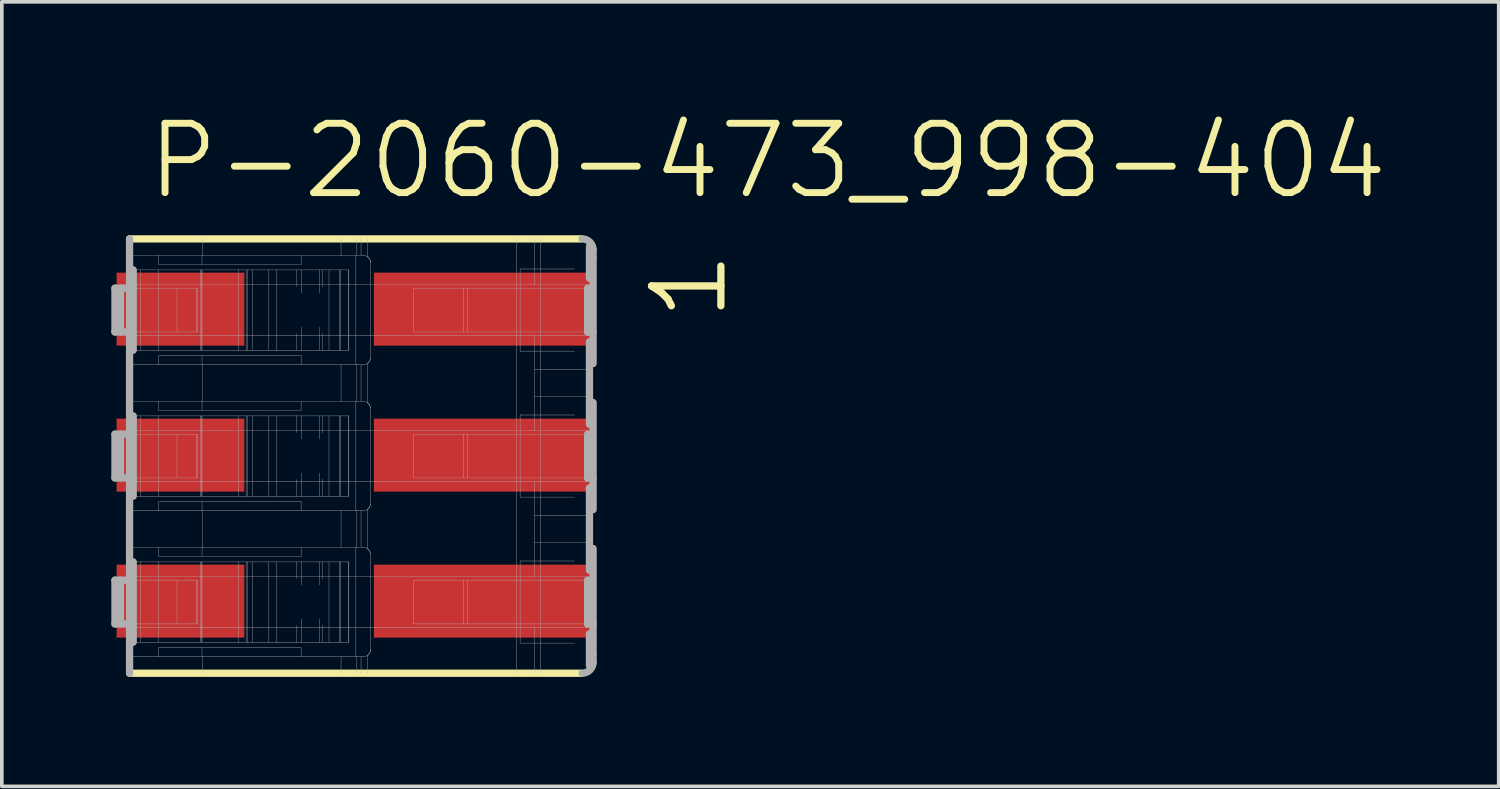
<source format=kicad_pcb>
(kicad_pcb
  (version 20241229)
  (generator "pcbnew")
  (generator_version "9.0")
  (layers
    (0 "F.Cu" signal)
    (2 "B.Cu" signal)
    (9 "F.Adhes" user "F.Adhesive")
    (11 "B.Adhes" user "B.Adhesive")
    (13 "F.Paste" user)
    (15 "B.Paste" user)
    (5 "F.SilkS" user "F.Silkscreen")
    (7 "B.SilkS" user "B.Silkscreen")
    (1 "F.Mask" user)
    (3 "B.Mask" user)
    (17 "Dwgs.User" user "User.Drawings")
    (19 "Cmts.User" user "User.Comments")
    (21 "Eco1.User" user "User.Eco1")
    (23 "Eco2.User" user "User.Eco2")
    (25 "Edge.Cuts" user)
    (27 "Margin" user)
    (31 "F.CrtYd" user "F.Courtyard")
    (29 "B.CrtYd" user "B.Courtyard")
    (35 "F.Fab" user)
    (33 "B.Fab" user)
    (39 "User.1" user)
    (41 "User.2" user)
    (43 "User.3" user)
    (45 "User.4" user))
  (footprint "P-2060-473_998-404"
    (layer "F.Cu")
    (at 6.069 9.42)
    (property "Reference" "P-2060-473_998-404" (at -5.175 -6.95 0) (layer "F.SilkS") (effects (font (size 1.9 1.9) (thickness 0.19)) (justify left bottom)))
    (attr through_hole)
    (fp_line (start -5.569 5.975) (end 6.806 5.975) (stroke (width 0.2) (type solid)) (layer "F.SilkS"))
    (fp_line (start 6.806 -5.925) (end -5.569 -5.925) (stroke (width 0.2) (type solid)) (layer "F.SilkS"))
    (fp_line (start -5.969 -3.375) (end -5.969 -4.575) (stroke (width 0.2) (type solid)) (layer "F.Fab"))
    (fp_line (start -5.969 0.625) (end -5.969 -0.575) (stroke (width 0.2) (type solid)) (layer "F.Fab"))
    (fp_line (start -5.969 4.625) (end -5.969 3.425) (stroke (width 0.2) (type solid)) (layer "F.Fab"))
    (fp_line (start -5.819 -3.375) (end -5.819 -4.575) (stroke (width 0.2) (type solid)) (layer "F.Fab"))
    (fp_line (start -5.819 0.625) (end -5.819 -0.575) (stroke (width 0.2) (type solid)) (layer "F.Fab"))
    (fp_line (start -5.819 4.625) (end -5.819 3.425) (stroke (width 0.2) (type solid)) (layer "F.Fab"))
    (fp_line (start -5.569 -5.925) (end -5.569 -4.575) (stroke (width 0.2) (type solid)) (layer "F.Fab"))
    (fp_line (start -5.569 -5.475) (end -4.769 -5.475) (stroke (width 0.01) (type solid)) (layer "F.Fab"))
    (fp_line (start -5.569 -4.675) (end 7.131 -4.675) (stroke (width 0.01) (type solid)) (layer "F.Fab"))
    (fp_line (start -5.569 -4.575) (end -5.969 -4.575) (stroke (width 0.2) (type solid)) (layer "F.Fab"))
    (fp_line (start -5.569 -4.575) (end -5.569 -3.375) (stroke (width 0.2) (type solid)) (layer "F.Fab"))
    (fp_line (start -5.569 -4.575) (end -3.708 -4.575) (stroke (width 0.01) (type solid)) (layer "F.Fab"))
    (fp_line (start -5.569 -3.375) (end -5.969 -3.375) (stroke (width 0.2) (type solid)) (layer "F.Fab"))
    (fp_line (start -5.569 -3.375) (end -5.569 -0.575) (stroke (width 0.2) (type solid)) (layer "F.Fab"))
    (fp_line (start -5.569 -3.375) (end -3.708 -3.375) (stroke (width 0.01) (type solid)) (layer "F.Fab"))
    (fp_line (start -5.569 -1.475) (end -4.769 -1.475) (stroke (width 0.01) (type solid)) (layer "F.Fab"))
    (fp_line (start -5.569 -0.675) (end 7.131 -0.675) (stroke (width 0.01) (type solid)) (layer "F.Fab"))
    (fp_line (start -5.569 -0.575) (end -5.969 -0.575) (stroke (width 0.2) (type solid)) (layer "F.Fab"))
    (fp_line (start -5.569 -0.575) (end -5.569 0.625) (stroke (width 0.2) (type solid)) (layer "F.Fab"))
    (fp_line (start -5.569 -0.575) (end -3.708 -0.575) (stroke (width 0.01) (type solid)) (layer "F.Fab"))
    (fp_line (start -5.569 0.625) (end -5.969 0.625) (stroke (width 0.2) (type solid)) (layer "F.Fab"))
    (fp_line (start -5.569 0.625) (end -5.569 3.425) (stroke (width 0.2) (type solid)) (layer "F.Fab"))
    (fp_line (start -5.569 0.625) (end -3.708 0.625) (stroke (width 0.01) (type solid)) (layer "F.Fab"))
    (fp_line (start -5.569 2.525) (end -4.769 2.525) (stroke (width 0.01) (type solid)) (layer "F.Fab"))
    (fp_line (start -5.569 3.325) (end 7.131 3.325) (stroke (width 0.01) (type solid)) (layer "F.Fab"))
    (fp_line (start -5.569 3.425) (end -5.969 3.425) (stroke (width 0.2) (type solid)) (layer "F.Fab"))
    (fp_line (start -5.569 3.425) (end -5.569 4.625) (stroke (width 0.2) (type solid)) (layer "F.Fab"))
    (fp_line (start -5.569 3.425) (end -3.708 3.425) (stroke (width 0.01) (type solid)) (layer "F.Fab"))
    (fp_line (start -5.569 4.625) (end -5.969 4.625) (stroke (width 0.2) (type solid)) (layer "F.Fab"))
    (fp_line (start -5.569 4.625) (end -5.569 5.975) (stroke (width 0.2) (type solid)) (layer "F.Fab"))
    (fp_line (start -5.569 4.625) (end -3.708 4.625) (stroke (width 0.01) (type solid)) (layer "F.Fab"))
    (fp_line (start -5.469 -5.075) (end -5.469 -2.875) (stroke (width 0.2) (type solid)) (layer "F.Fab"))
    (fp_line (start -5.469 -1.075) (end -5.469 1.125) (stroke (width 0.2) (type solid)) (layer "F.Fab"))
    (fp_line (start -5.469 2.925) (end -5.469 5.125) (stroke (width 0.2) (type solid)) (layer "F.Fab"))
    (fp_line (start -5.269 -2.875) (end -5.269 -5.075) (stroke (width 0.01) (type solid)) (layer "F.Fab"))
    (fp_line (start -5.269 1.125) (end -5.269 -1.075) (stroke (width 0.01) (type solid)) (layer "F.Fab"))
    (fp_line (start -5.269 5.125) (end -5.269 2.925) (stroke (width 0.01) (type solid)) (layer "F.Fab"))
    (fp_line (start -4.769 -5.475) (end -4.769 -5.225) (stroke (width 0.01) (type solid)) (layer "F.Fab"))
    (fp_line (start -4.769 -5.475) (end -3.584 -5.475) (stroke (width 0.01) (type solid)) (layer "F.Fab"))
    (fp_line (start -4.769 -5.225) (end -0.869 -5.225) (stroke (width 0.01) (type solid)) (layer "F.Fab"))
    (fp_line (start -4.769 -5.075) (end -4.769 -2.875) (stroke (width 0.01) (type solid)) (layer "F.Fab"))
    (fp_line (start -4.769 -2.475) (end -5.569 -2.475) (stroke (width 0.01) (type solid)) (layer "F.Fab"))
    (fp_line (start -4.769 -2.475) (end -4.769 -2.725) (stroke (width 0.01) (type solid)) (layer "F.Fab"))
    (fp_line (start -4.769 -1.475) (end -4.769 -1.225) (stroke (width 0.01) (type solid)) (layer "F.Fab"))
    (fp_line (start -4.769 -1.475) (end -3.584 -1.475) (stroke (width 0.01) (type solid)) (layer "F.Fab"))
    (fp_line (start -4.769 -1.225) (end -0.869 -1.225) (stroke (width 0.01) (type solid)) (layer "F.Fab"))
    (fp_line (start -4.769 -1.075) (end -4.769 1.125) (stroke (width 0.01) (type solid)) (layer "F.Fab"))
    (fp_line (start -4.769 1.525) (end -5.569 1.525) (stroke (width 0.01) (type solid)) (layer "F.Fab"))
    (fp_line (start -4.769 1.525) (end -4.769 1.275) (stroke (width 0.01) (type solid)) (layer "F.Fab"))
    (fp_line (start -4.769 2.525) (end -4.769 2.775) (stroke (width 0.01) (type solid)) (layer "F.Fab"))
    (fp_line (start -4.769 2.525) (end -3.584 2.525) (stroke (width 0.01) (type solid)) (layer "F.Fab"))
    (fp_line (start -4.769 2.775) (end -0.869 2.775) (stroke (width 0.01) (type solid)) (layer "F.Fab"))
    (fp_line (start -4.769 2.925) (end -4.769 5.125) (stroke (width 0.01) (type solid)) (layer "F.Fab"))
    (fp_line (start -4.769 5.525) (end -5.569 5.525) (stroke (width 0.01) (type solid)) (layer "F.Fab"))
    (fp_line (start -4.769 5.525) (end -4.769 5.275) (stroke (width 0.01) (type solid)) (layer "F.Fab"))
    (fp_line (start -4.269 -3.375) (end -4.269 -4.575) (stroke (width 0.01) (type solid)) (layer "F.Fab"))
    (fp_line (start -4.269 0.625) (end -4.269 -0.575) (stroke (width 0.01) (type solid)) (layer "F.Fab"))
    (fp_line (start -4.269 4.625) (end -4.269 3.425) (stroke (width 0.01) (type solid)) (layer "F.Fab"))
    (fp_line (start -3.741 -3.375) (end -3.741 -4.575) (stroke (width 0.01) (type solid)) (layer "F.Fab"))
    (fp_line (start -3.741 0.625) (end -3.741 -0.575) (stroke (width 0.01) (type solid)) (layer "F.Fab"))
    (fp_line (start -3.741 4.625) (end -3.741 3.425) (stroke (width 0.01) (type solid)) (layer "F.Fab"))
    (fp_line (start -3.708 -3.375) (end -3.708 -4.575) (stroke (width 0.01) (type solid)) (layer "F.Fab"))
    (fp_line (start -3.708 0.625) (end -3.708 -0.575) (stroke (width 0.01) (type solid)) (layer "F.Fab"))
    (fp_line (start -3.708 4.625) (end -3.708 3.425) (stroke (width 0.01) (type solid)) (layer "F.Fab"))
    (fp_line (start -3.628 -2.875) (end -3.628 -5.075) (stroke (width 0.01) (type solid)) (layer "F.Fab"))
    (fp_line (start -3.628 1.125) (end -3.628 -1.075) (stroke (width 0.01) (type solid)) (layer "F.Fab"))
    (fp_line (start -3.628 5.125) (end -3.628 2.925) (stroke (width 0.01) (type solid)) (layer "F.Fab"))
    (fp_line (start -3.593 -2.875) (end -3.593 -5.075) (stroke (width 0.01) (type solid)) (layer "F.Fab"))
    (fp_line (start -3.593 1.125) (end -3.593 -1.075) (stroke (width 0.01) (type solid)) (layer "F.Fab"))
    (fp_line (start -3.593 5.125) (end -3.593 2.925) (stroke (width 0.01) (type solid)) (layer "F.Fab"))
    (fp_line (start -3.584 -5.475) (end -3.584 -5.225) (stroke (width 0.01) (type solid)) (layer "F.Fab"))
    (fp_line (start -3.584 -5.475) (end -0.869 -5.475) (stroke (width 0.01) (type solid)) (layer "F.Fab"))
    (fp_line (start -3.584 -2.875) (end -3.584 -5.075) (stroke (width 0.01) (type solid)) (layer "F.Fab"))
    (fp_line (start -3.584 -2.475) (end -4.769 -2.475) (stroke (width 0.01) (type solid)) (layer "F.Fab"))
    (fp_line (start -3.584 -2.475) (end -3.584 -2.725) (stroke (width 0.01) (type solid)) (layer "F.Fab"))
    (fp_line (start -3.584 -1.475) (end -3.584 -1.225) (stroke (width 0.01) (type solid)) (layer "F.Fab"))
    (fp_line (start -3.584 -1.475) (end -0.869 -1.475) (stroke (width 0.01) (type solid)) (layer "F.Fab"))
    (fp_line (start -3.584 1.125) (end -3.584 -1.075) (stroke (width 0.01) (type solid)) (layer "F.Fab"))
    (fp_line (start -3.584 1.525) (end -4.769 1.525) (stroke (width 0.01) (type solid)) (layer "F.Fab"))
    (fp_line (start -3.584 1.525) (end -3.584 1.275) (stroke (width 0.01) (type solid)) (layer "F.Fab"))
    (fp_line (start -3.584 2.525) (end -3.584 2.775) (stroke (width 0.01) (type solid)) (layer "F.Fab"))
    (fp_line (start -3.584 2.525) (end -0.869 2.525) (stroke (width 0.01) (type solid)) (layer "F.Fab"))
    (fp_line (start -3.584 5.125) (end -3.584 2.925) (stroke (width 0.01) (type solid)) (layer "F.Fab"))
    (fp_line (start -3.584 5.525) (end -4.769 5.525) (stroke (width 0.01) (type solid)) (layer "F.Fab"))
    (fp_line (start -3.584 5.525) (end -3.584 5.275) (stroke (width 0.01) (type solid)) (layer "F.Fab"))
    (fp_line (start -3.569 -5.925) (end -3.569 -5.475) (stroke (width 0.01) (type solid)) (layer "F.Fab"))
    (fp_line (start -3.569 -2.475) (end -3.569 -1.475) (stroke (width 0.01) (type solid)) (layer "F.Fab"))
    (fp_line (start -3.569 1.525) (end -3.569 2.525) (stroke (width 0.01) (type solid)) (layer "F.Fab"))
    (fp_line (start -3.569 5.525) (end -3.569 5.975) (stroke (width 0.01) (type solid)) (layer "F.Fab"))
    (fp_line (start -2.586 -2.875) (end -2.586 -5.075) (stroke (width 0.01) (type solid)) (layer "F.Fab"))
    (fp_line (start -2.586 1.125) (end -2.586 -1.075) (stroke (width 0.01) (type solid)) (layer "F.Fab"))
    (fp_line (start -2.586 5.125) (end -2.586 2.925) (stroke (width 0.01) (type solid)) (layer "F.Fab"))
    (fp_line (start -2.376 -2.875) (end -2.376 -5.075) (stroke (width 0.01) (type solid)) (layer "F.Fab"))
    (fp_line (start -2.376 1.125) (end -2.376 -1.075) (stroke (width 0.01) (type solid)) (layer "F.Fab"))
    (fp_line (start -2.376 5.125) (end -2.376 2.925) (stroke (width 0.01) (type solid)) (layer "F.Fab"))
    (fp_line (start -2.347 -2.875) (end -2.347 -5.075) (stroke (width 0.01) (type solid)) (layer "F.Fab"))
    (fp_line (start -2.347 1.125) (end -2.347 -1.075) (stroke (width 0.01) (type solid)) (layer "F.Fab"))
    (fp_line (start -2.347 5.125) (end -2.347 2.925) (stroke (width 0.01) (type solid)) (layer "F.Fab"))
    (fp_line (start -2.204 -2.875) (end -2.204 -5.075) (stroke (width 0.01) (type solid)) (layer "F.Fab"))
    (fp_line (start -2.204 1.125) (end -2.204 -1.075) (stroke (width 0.01) (type solid)) (layer "F.Fab"))
    (fp_line (start -2.204 5.125) (end -2.204 2.925) (stroke (width 0.01) (type solid)) (layer "F.Fab"))
    (fp_line (start -1.753 -2.875) (end -1.753 -5.075) (stroke (width 0.01) (type solid)) (layer "F.Fab"))
    (fp_line (start -1.753 1.125) (end -1.753 -1.075) (stroke (width 0.01) (type solid)) (layer "F.Fab"))
    (fp_line (start -1.753 5.125) (end -1.753 2.925) (stroke (width 0.01) (type solid)) (layer "F.Fab"))
    (fp_line (start -1.534 -2.875) (end -5.469 -2.875) (stroke (width 0.01) (type solid)) (layer "F.Fab"))
    (fp_line (start -1.534 -2.875) (end -1.534 -5.075) (stroke (width 0.01) (type solid)) (layer "F.Fab"))
    (fp_line (start -1.534 1.125) (end -5.469 1.125) (stroke (width 0.01) (type solid)) (layer "F.Fab"))
    (fp_line (start -1.534 1.125) (end -1.534 -1.075) (stroke (width 0.01) (type solid)) (layer "F.Fab"))
    (fp_line (start -1.534 5.125) (end -5.469 5.125) (stroke (width 0.01) (type solid)) (layer "F.Fab"))
    (fp_line (start -1.534 5.125) (end -1.534 2.925) (stroke (width 0.01) (type solid)) (layer "F.Fab"))
    (fp_line (start -0.986 -5.075) (end -5.469 -5.075) (stroke (width 0.01) (type solid)) (layer "F.Fab"))
    (fp_line (start -0.986 -4.622) (end -0.986 -5.075) (stroke (width 0.01) (type solid)) (layer "F.Fab"))
    (fp_line (start -0.986 -2.875) (end -1.534 -2.875) (stroke (width 0.01) (type solid)) (layer "F.Fab"))
    (fp_line (start -0.986 -2.875) (end -0.986 -3.328) (stroke (width 0.01) (type solid)) (layer "F.Fab"))
    (fp_line (start -0.986 -1.075) (end -5.469 -1.075) (stroke (width 0.01) (type solid)) (layer "F.Fab"))
    (fp_line (start -0.986 -0.622) (end -0.986 -1.075) (stroke (width 0.01) (type solid)) (layer "F.Fab"))
    (fp_line (start -0.986 1.125) (end -1.534 1.125) (stroke (width 0.01) (type solid)) (layer "F.Fab"))
    (fp_line (start -0.986 1.125) (end -0.986 0.672) (stroke (width 0.01) (type solid)) (layer "F.Fab"))
    (fp_line (start -0.986 2.925) (end -5.469 2.925) (stroke (width 0.01) (type solid)) (layer "F.Fab"))
    (fp_line (start -0.986 3.378) (end -0.986 2.925) (stroke (width 0.01) (type solid)) (layer "F.Fab"))
    (fp_line (start -0.986 5.125) (end -1.534 5.125) (stroke (width 0.01) (type solid)) (layer "F.Fab"))
    (fp_line (start -0.986 5.125) (end -0.986 4.672) (stroke (width 0.01) (type solid)) (layer "F.Fab"))
    (fp_line (start -0.869 -5.475) (end -0.869 -5.225) (stroke (width 0.01) (type solid)) (layer "F.Fab"))
    (fp_line (start -0.869 -5.475) (end 0.831 -5.475) (stroke (width 0.01) (type solid)) (layer "F.Fab"))
    (fp_line (start -0.869 -2.725) (end -4.769 -2.725) (stroke (width 0.01) (type solid)) (layer "F.Fab"))
    (fp_line (start -0.869 -2.475) (end -3.584 -2.475) (stroke (width 0.01) (type solid)) (layer "F.Fab"))
    (fp_line (start -0.869 -2.475) (end -0.869 -2.725) (stroke (width 0.01) (type solid)) (layer "F.Fab"))
    (fp_line (start -0.869 -1.475) (end -0.869 -1.225) (stroke (width 0.01) (type solid)) (layer "F.Fab"))
    (fp_line (start -0.869 -1.475) (end 0.831 -1.475) (stroke (width 0.01) (type solid)) (layer "F.Fab"))
    (fp_line (start -0.869 1.275) (end -4.769 1.275) (stroke (width 0.01) (type solid)) (layer "F.Fab"))
    (fp_line (start -0.869 1.525) (end -3.584 1.525) (stroke (width 0.01) (type solid)) (layer "F.Fab"))
    (fp_line (start -0.869 1.525) (end -0.869 1.275) (stroke (width 0.01) (type solid)) (layer "F.Fab"))
    (fp_line (start -0.869 2.525) (end -0.869 2.775) (stroke (width 0.01) (type solid)) (layer "F.Fab"))
    (fp_line (start -0.869 2.525) (end 0.831 2.525) (stroke (width 0.01) (type solid)) (layer "F.Fab"))
    (fp_line (start -0.869 5.275) (end -4.769 5.275) (stroke (width 0.01) (type solid)) (layer "F.Fab"))
    (fp_line (start -0.869 5.525) (end -3.584 5.525) (stroke (width 0.01) (type solid)) (layer "F.Fab"))
    (fp_line (start -0.869 5.525) (end -0.869 5.275) (stroke (width 0.01) (type solid)) (layer "F.Fab"))
    (fp_line (start -0.867 -4.445) (end -0.867 -5.075) (stroke (width 0.01) (type solid)) (layer "F.Fab"))
    (fp_line (start -0.867 -2.875) (end -0.867 -3.505) (stroke (width 0.01) (type solid)) (layer "F.Fab"))
    (fp_line (start -0.867 -0.445) (end -0.867 -1.075) (stroke (width 0.01) (type solid)) (layer "F.Fab"))
    (fp_line (start -0.867 1.125) (end -0.867 0.495) (stroke (width 0.01) (type solid)) (layer "F.Fab"))
    (fp_line (start -0.867 3.555) (end -0.867 2.925) (stroke (width 0.01) (type solid)) (layer "F.Fab"))
    (fp_line (start -0.867 5.125) (end -0.867 4.495) (stroke (width 0.01) (type solid)) (layer "F.Fab"))
    (fp_line (start -0.368 -4.444) (end -0.368 -5.075) (stroke (width 0.01) (type solid)) (layer "F.Fab"))
    (fp_line (start -0.368 -2.875) (end -0.368 -3.506) (stroke (width 0.01) (type solid)) (layer "F.Fab"))
    (fp_line (start -0.368 -0.444) (end -0.368 -1.075) (stroke (width 0.01) (type solid)) (layer "F.Fab"))
    (fp_line (start -0.368 1.125) (end -0.368 0.494) (stroke (width 0.01) (type solid)) (layer "F.Fab"))
    (fp_line (start -0.368 3.556) (end -0.368 2.925) (stroke (width 0.01) (type solid)) (layer "F.Fab"))
    (fp_line (start -0.368 5.125) (end -0.368 4.494) (stroke (width 0.01) (type solid)) (layer "F.Fab"))
    (fp_line (start -0.29 -4.609) (end -0.29 -5.075) (stroke (width 0.01) (type solid)) (layer "F.Fab"))
    (fp_line (start -0.29 -2.875) (end -0.29 -3.341) (stroke (width 0.01) (type solid)) (layer "F.Fab"))
    (fp_line (start -0.29 -0.609) (end -0.29 -1.075) (stroke (width 0.01) (type solid)) (layer "F.Fab"))
    (fp_line (start -0.29 1.125) (end -0.29 0.659) (stroke (width 0.01) (type solid)) (layer "F.Fab"))
    (fp_line (start -0.29 3.391) (end -0.29 2.925) (stroke (width 0.01) (type solid)) (layer "F.Fab"))
    (fp_line (start -0.29 5.125) (end -0.29 4.659) (stroke (width 0.01) (type solid)) (layer "F.Fab"))
    (fp_line (start -0.105 -2.875) (end -0.105 -5.075) (stroke (width 0.01) (type solid)) (layer "F.Fab"))
    (fp_line (start -0.105 1.125) (end -0.105 -1.075) (stroke (width 0.01) (type solid)) (layer "F.Fab"))
    (fp_line (start -0.105 5.125) (end -0.105 2.925) (stroke (width 0.01) (type solid)) (layer "F.Fab"))
    (fp_line (start 0.19 -2.875) (end 0.19 -5.075) (stroke (width 0.01) (type solid)) (layer "F.Fab"))
    (fp_line (start 0.19 1.125) (end 0.19 -1.075) (stroke (width 0.01) (type solid)) (layer "F.Fab"))
    (fp_line (start 0.19 5.125) (end 0.19 2.925) (stroke (width 0.01) (type solid)) (layer "F.Fab"))
    (fp_line (start 0.218 -2.875) (end 0.218 -5.075) (stroke (width 0.01) (type solid)) (layer "F.Fab"))
    (fp_line (start 0.218 1.125) (end 0.218 -1.075) (stroke (width 0.01) (type solid)) (layer "F.Fab"))
    (fp_line (start 0.218 5.125) (end 0.218 2.925) (stroke (width 0.01) (type solid)) (layer "F.Fab"))
    (fp_line (start 0.225 -5.925) (end 0.225 -5.475) (stroke (width 0.01) (type solid)) (layer "F.Fab"))
    (fp_line (start 0.225 -2.475) (end 0.225 -1.475) (stroke (width 0.01) (type solid)) (layer "F.Fab"))
    (fp_line (start 0.225 1.525) (end 0.225 2.525) (stroke (width 0.01) (type solid)) (layer "F.Fab"))
    (fp_line (start 0.225 5.525) (end 0.225 5.975) (stroke (width 0.01) (type solid)) (layer "F.Fab"))
    (fp_line (start 0.429 -2.875) (end -0.986 -2.875) (stroke (width 0.01) (type solid)) (layer "F.Fab"))
    (fp_line (start 0.429 -2.875) (end 0.429 -5.075) (stroke (width 0.01) (type solid)) (layer "F.Fab"))
    (fp_line (start 0.429 1.125) (end -0.986 1.125) (stroke (width 0.01) (type solid)) (layer "F.Fab"))
    (fp_line (start 0.429 1.125) (end 0.429 -1.075) (stroke (width 0.01) (type solid)) (layer "F.Fab"))
    (fp_line (start 0.429 5.125) (end -0.986 5.125) (stroke (width 0.01) (type solid)) (layer "F.Fab"))
    (fp_line (start 0.429 5.125) (end 0.429 2.925) (stroke (width 0.01) (type solid)) (layer "F.Fab"))
    (fp_line (start 0.439 -5.075) (end -0.986 -5.075) (stroke (width 0.01) (type solid)) (layer "F.Fab"))
    (fp_line (start 0.439 -2.875) (end 0.429 -2.875) (stroke (width 0.01) (type solid)) (layer "F.Fab"))
    (fp_line (start 0.439 -2.875) (end 0.439 -5.075) (stroke (width 0.01) (type solid)) (layer "F.Fab"))
    (fp_line (start 0.439 -1.075) (end -0.986 -1.075) (stroke (width 0.01) (type solid)) (layer "F.Fab"))
    (fp_line (start 0.439 1.125) (end 0.429 1.125) (stroke (width 0.01) (type solid)) (layer "F.Fab"))
    (fp_line (start 0.439 1.125) (end 0.439 -1.075) (stroke (width 0.01) (type solid)) (layer "F.Fab"))
    (fp_line (start 0.439 2.925) (end -0.986 2.925) (stroke (width 0.01) (type solid)) (layer "F.Fab"))
    (fp_line (start 0.439 5.125) (end 0.429 5.125) (stroke (width 0.01) (type solid)) (layer "F.Fab"))
    (fp_line (start 0.439 5.125) (end 0.439 2.925) (stroke (width 0.01) (type solid)) (layer "F.Fab"))
    (fp_line (start 0.631 -5.475) (end 0.631 -2.475) (stroke (width 0.01) (type solid)) (layer "F.Fab"))
    (fp_line (start 0.631 -1.475) (end 0.631 1.525) (stroke (width 0.01) (type solid)) (layer "F.Fab"))
    (fp_line (start 0.631 2.525) (end 0.631 5.525) (stroke (width 0.01) (type solid)) (layer "F.Fab"))
    (fp_line (start 0.658 -5.925) (end 0.658 -5.475) (stroke (width 0.01) (type solid)) (layer "F.Fab"))
    (fp_line (start 0.658 -2.475) (end 0.658 -1.475) (stroke (width 0.01) (type solid)) (layer "F.Fab"))
    (fp_line (start 0.658 1.525) (end 0.658 2.525) (stroke (width 0.01) (type solid)) (layer "F.Fab"))
    (fp_line (start 0.658 5.525) (end 0.658 5.975) (stroke (width 0.01) (type solid)) (layer "F.Fab"))
    (fp_line (start 0.773 -5.925) (end 0.773 -5.475) (stroke (width 0.01) (type solid)) (layer "F.Fab"))
    (fp_line (start 0.773 -2.475) (end 0.773 -1.475) (stroke (width 0.01) (type solid)) (layer "F.Fab"))
    (fp_line (start 0.773 1.525) (end 0.773 2.525) (stroke (width 0.01) (type solid)) (layer "F.Fab"))
    (fp_line (start 0.773 5.525) (end 0.773 5.975) (stroke (width 0.01) (type solid)) (layer "F.Fab"))
    (fp_line (start 0.831 -2.475) (end -0.869 -2.475) (stroke (width 0.01) (type solid)) (layer "F.Fab"))
    (fp_line (start 0.831 1.525) (end -0.869 1.525) (stroke (width 0.01) (type solid)) (layer "F.Fab"))
    (fp_line (start 0.831 5.525) (end -0.869 5.525) (stroke (width 0.01) (type solid)) (layer "F.Fab"))
    (fp_line (start 0.947 -5.925) (end 0.947 -5.438) (stroke (width 0.01) (type solid)) (layer "F.Fab"))
    (fp_line (start 0.947 -2.512) (end 0.947 -1.438) (stroke (width 0.01) (type solid)) (layer "F.Fab"))
    (fp_line (start 0.947 1.488) (end 0.947 2.562) (stroke (width 0.01) (type solid)) (layer "F.Fab"))
    (fp_line (start 0.947 5.488) (end 0.947 5.975) (stroke (width 0.01) (type solid)) (layer "F.Fab"))
    (fp_line (start 1.031 -5.275) (end 1.031 -2.675) (stroke (width 0.01) (type solid)) (layer "F.Fab"))
    (fp_line (start 1.031 -1.275) (end 1.031 1.325) (stroke (width 0.01) (type solid)) (layer "F.Fab"))
    (fp_line (start 1.031 2.725) (end 1.031 5.325) (stroke (width 0.01) (type solid)) (layer "F.Fab"))
    (fp_line (start 2.214 -4.575) (end 2.214 -3.375) (stroke (width 0.01) (type solid)) (layer "F.Fab"))
    (fp_line (start 2.214 -3.375) (end 3.58 -3.375) (stroke (width 0.01) (type solid)) (layer "F.Fab"))
    (fp_line (start 2.214 -0.575) (end 2.214 0.625) (stroke (width 0.01) (type solid)) (layer "F.Fab"))
    (fp_line (start 2.214 0.625) (end 3.58 0.625) (stroke (width 0.01) (type solid)) (layer "F.Fab"))
    (fp_line (start 2.214 3.425) (end 2.214 4.625) (stroke (width 0.01) (type solid)) (layer "F.Fab"))
    (fp_line (start 2.214 4.625) (end 3.58 4.625) (stroke (width 0.01) (type solid)) (layer "F.Fab"))
    (fp_line (start 3.58 -3.375) (end 3.58 -4.575) (stroke (width 0.01) (type solid)) (layer "F.Fab"))
    (fp_line (start 3.58 -3.375) (end 3.685 -3.375) (stroke (width 0.01) (type solid)) (layer "F.Fab"))
    (fp_line (start 3.58 0.625) (end 3.58 -0.575) (stroke (width 0.01) (type solid)) (layer "F.Fab"))
    (fp_line (start 3.58 0.625) (end 3.685 0.625) (stroke (width 0.01) (type solid)) (layer "F.Fab"))
    (fp_line (start 3.58 4.625) (end 3.58 3.425) (stroke (width 0.01) (type solid)) (layer "F.Fab"))
    (fp_line (start 3.58 4.625) (end 3.685 4.625) (stroke (width 0.01) (type solid)) (layer "F.Fab"))
    (fp_line (start 3.685 -3.375) (end 3.685 -4.575) (stroke (width 0.01) (type solid)) (layer "F.Fab"))
    (fp_line (start 3.685 -3.375) (end 6.981 -3.375) (stroke (width 0.01) (type solid)) (layer "F.Fab"))
    (fp_line (start 3.685 0.625) (end 3.685 -0.575) (stroke (width 0.01) (type solid)) (layer "F.Fab"))
    (fp_line (start 3.685 0.625) (end 6.981 0.625) (stroke (width 0.01) (type solid)) (layer "F.Fab"))
    (fp_line (start 3.685 4.625) (end 3.685 3.425) (stroke (width 0.01) (type solid)) (layer "F.Fab"))
    (fp_line (start 3.685 4.625) (end 6.981 4.625) (stroke (width 0.01) (type solid)) (layer "F.Fab"))
    (fp_line (start 5.031 -5.925) (end 5.031 5.975) (stroke (width 0.01) (type solid)) (layer "F.Fab"))
    (fp_line (start 5.131 -2.85) (end 5.131 -5.1) (stroke (width 0.01) (type solid)) (layer "F.Fab"))
    (fp_line (start 5.131 -2.85) (end 6.619 -2.85) (stroke (width 0.01) (type solid)) (layer "F.Fab"))
    (fp_line (start 5.131 1.15) (end 5.131 -1.1) (stroke (width 0.01) (type solid)) (layer "F.Fab"))
    (fp_line (start 5.131 1.15) (end 6.619 1.15) (stroke (width 0.01) (type solid)) (layer "F.Fab"))
    (fp_line (start 5.131 5.15) (end 5.131 2.9) (stroke (width 0.01) (type solid)) (layer "F.Fab"))
    (fp_line (start 5.131 5.15) (end 6.619 5.15) (stroke (width 0.01) (type solid)) (layer "F.Fab"))
    (fp_line (start 5.531 -5.925) (end 5.531 -4.675) (stroke (width 0.01) (type solid)) (layer "F.Fab"))
    (fp_line (start 5.531 -3.275) (end 5.531 -2.351) (stroke (width 0.01) (type solid)) (layer "F.Fab"))
    (fp_line (start 5.531 -2.351) (end 5.531 -1.599) (stroke (width 0.01) (type solid)) (layer "F.Fab"))
    (fp_line (start 5.531 -1.599) (end 5.531 -0.675) (stroke (width 0.01) (type solid)) (layer "F.Fab"))
    (fp_line (start 5.531 0.725) (end 5.531 1.649) (stroke (width 0.01) (type solid)) (layer "F.Fab"))
    (fp_line (start 5.531 1.649) (end 5.531 2.401) (stroke (width 0.01) (type solid)) (layer "F.Fab"))
    (fp_line (start 5.531 2.401) (end 5.531 3.325) (stroke (width 0.01) (type solid)) (layer "F.Fab"))
    (fp_line (start 5.531 4.725) (end 5.531 5.975) (stroke (width 0.01) (type solid)) (layer "F.Fab"))
    (fp_line (start 5.681 -5.925) (end 5.681 5.975) (stroke (width 0.01) (type solid)) (layer "F.Fab"))
    (fp_line (start 6.619 -5.1) (end 5.131 -5.1) (stroke (width 0.01) (type solid)) (layer "F.Fab"))
    (fp_line (start 6.619 -1.1) (end 5.131 -1.1) (stroke (width 0.01) (type solid)) (layer "F.Fab"))
    (fp_line (start 6.619 2.9) (end 5.131 2.9) (stroke (width 0.01) (type solid)) (layer "F.Fab"))
    (fp_line (start 6.981 -3.375) (end 6.981 -4.575) (stroke (width 0.2) (type solid)) (layer "F.Fab"))
    (fp_line (start 6.981 -3.375) (end 7.131 -3.375) (stroke (width 0.2) (type solid)) (layer "F.Fab"))
    (fp_line (start 6.981 0.625) (end 6.981 -0.575) (stroke (width 0.2) (type solid)) (layer "F.Fab"))
    (fp_line (start 6.981 0.625) (end 7.131 0.625) (stroke (width 0.2) (type solid)) (layer "F.Fab"))
    (fp_line (start 6.981 4.625) (end 6.981 3.425) (stroke (width 0.2) (type solid)) (layer "F.Fab"))
    (fp_line (start 6.981 4.625) (end 7.131 4.625) (stroke (width 0.2) (type solid)) (layer "F.Fab"))
    (fp_line (start 7.031 -5.72) (end 7.031 -4.845) (stroke (width 0.2) (type solid)) (layer "F.Fab"))
    (fp_line (start 7.031 -3.105) (end 7.031 -0.845) (stroke (width 0.2) (type solid)) (layer "F.Fab"))
    (fp_line (start 7.031 0.895) (end 7.031 3.155) (stroke (width 0.2) (type solid)) (layer "F.Fab"))
    (fp_line (start 7.031 4.895) (end 7.031 5.77) (stroke (width 0.2) (type solid)) (layer "F.Fab"))
    (fp_line (start 7.113 -2.351) (end 5.531 -2.351) (stroke (width 0.01) (type solid)) (layer "F.Fab"))
    (fp_line (start 7.113 -1.599) (end 5.531 -1.599) (stroke (width 0.01) (type solid)) (layer "F.Fab"))
    (fp_line (start 7.113 1.649) (end 5.531 1.649) (stroke (width 0.01) (type solid)) (layer "F.Fab"))
    (fp_line (start 7.113 2.401) (end 5.531 2.401) (stroke (width 0.01) (type solid)) (layer "F.Fab"))
    (fp_line (start 7.131 -5.625) (end 7.131 -5.425) (stroke (width 0.2) (type solid)) (layer "F.Fab"))
    (fp_line (start 7.131 -5.405) (end 7.131 -2.509) (stroke (width 0.2) (type solid)) (layer "F.Fab"))
    (fp_line (start 7.131 -4.575) (end 2.214 -4.575) (stroke (width 0.01) (type solid)) (layer "F.Fab"))
    (fp_line (start 7.131 -3.275) (end -5.569 -3.275) (stroke (width 0.01) (type solid)) (layer "F.Fab"))
    (fp_line (start 7.131 -1.441) (end 7.131 1.491) (stroke (width 0.2) (type solid)) (layer "F.Fab"))
    (fp_line (start 7.131 -0.575) (end 2.214 -0.575) (stroke (width 0.01) (type solid)) (layer "F.Fab"))
    (fp_line (start 7.131 0.725) (end -5.569 0.725) (stroke (width 0.01) (type solid)) (layer "F.Fab"))
    (fp_line (start 7.131 2.559) (end 7.131 5.455) (stroke (width 0.2) (type solid)) (layer "F.Fab"))
    (fp_line (start 7.131 3.425) (end 2.214 3.425) (stroke (width 0.01) (type solid)) (layer "F.Fab"))
    (fp_line (start 7.131 4.725) (end -5.569 4.725) (stroke (width 0.01) (type solid)) (layer "F.Fab"))
    (fp_line (start 7.131 5.675) (end 7.131 5.475) (stroke (width 0.2) (type solid)) (layer "F.Fab"))
    (fp_arc (start 0.831099 -5.475) (mid 0.891696 -5.465609) (end 0.9466 -5.4383) (stroke (width 0.01) (type solid)) (layer "F.Fab"))
    (fp_arc (start 0.831099 -1.475) (mid 0.891696 -1.465609) (end 0.9466 -1.4383) (stroke (width 0.01) (type solid)) (layer "F.Fab"))
    (fp_arc (start 0.8311 2.524999) (mid 0.891697 2.53439) (end 0.9466 2.5617) (stroke (width 0.01) (type solid)) (layer "F.Fab"))
    (fp_arc (start 0.946599 -5.4383) (mid 1.008728 -5.366936) (end 1.0311 -5.275) (stroke (width 0.01) (type solid)) (layer "F.Fab"))
    (fp_arc (start 0.946599 -5.4383) (mid 1.008728 -5.366936) (end 1.0311 -5.275) (stroke (width 0.01) (type solid)) (layer "F.Fab"))
    (fp_arc (start 0.946599 -1.4383) (mid 1.008728 -1.366936) (end 1.0311 -1.275) (stroke (width 0.01) (type solid)) (layer "F.Fab"))
    (fp_arc (start 0.946599 -1.4383) (mid 1.008728 -1.366936) (end 1.0311 -1.275) (stroke (width 0.01) (type solid)) (layer "F.Fab"))
    (fp_arc (start 0.9466 -2.511701) (mid 0.891697 -2.484392) (end 0.8311 -2.475) (stroke (width 0.01) (type solid)) (layer "F.Fab"))
    (fp_arc (start 0.9466 1.488299) (mid 0.891697 1.515608) (end 0.8311 1.525) (stroke (width 0.01) (type solid)) (layer "F.Fab"))
    (fp_arc (start 0.9466 2.5617) (mid 1.008728 2.633064) (end 1.0311 2.725) (stroke (width 0.01) (type solid)) (layer "F.Fab"))
    (fp_arc (start 0.9466 2.5617) (mid 1.008728 2.633064) (end 1.0311 2.725) (stroke (width 0.01) (type solid)) (layer "F.Fab"))
    (fp_arc (start 0.9466 5.488299) (mid 0.891697 5.515608) (end 0.8311 5.525) (stroke (width 0.01) (type solid)) (layer "F.Fab"))
    (fp_arc (start 1.0311 -2.675) (mid 1.008728 -2.583064) (end 0.9466 -2.5117) (stroke (width 0.01) (type solid)) (layer "F.Fab"))
    (fp_arc (start 1.0311 -2.675) (mid 1.008728 -2.583064) (end 0.9466 -2.5117) (stroke (width 0.01) (type solid)) (layer "F.Fab"))
    (fp_arc (start 1.031101 1.325) (mid 1.008729 1.416936) (end 0.9466 1.4883) (stroke (width 0.01) (type solid)) (layer "F.Fab"))
    (fp_arc (start 1.031101 1.325) (mid 1.008729 1.416936) (end 0.9466 1.4883) (stroke (width 0.01) (type solid)) (layer "F.Fab"))
    (fp_arc (start 1.031101 5.325) (mid 1.008729 5.416936) (end 0.9466 5.4883) (stroke (width 0.01) (type solid)) (layer "F.Fab"))
    (fp_arc (start 1.031101 5.325) (mid 1.008729 5.416936) (end 0.9466 5.4883) (stroke (width 0.01) (type solid)) (layer "F.Fab"))
    (fp_arc (start 6.8311 -5.925) (mid 7.043232 -5.837132) (end 7.1311 -5.625) (stroke (width 0.2) (type solid)) (layer "F.Fab"))
    (fp_arc (start 7.1311 5.675) (mid 7.043232 5.887132) (end 6.8311 5.975) (stroke (width 0.2) (type solid)) (layer "F.Fab"))
    (fp_text user "1" (at 10.875 -3.6 90) (layer "F.SilkS") (effects (font (size 1.9 1.9) (thickness 0.2)) (justify left bottom)))
    (pad "1" smd rect (at -4.175 -4) (size 3.5 2) (layers "F.Cu" "F.Mask" "F.Paste"))
    (pad "1" smd rect (at 4.125 -4) (size 6 2) (layers "F.Cu" "F.Mask" "F.Paste"))
    (pad "2" smd rect (at -4.175 0) (size 3.5 2) (layers "F.Cu" "F.Mask" "F.Paste"))
    (pad "2" smd rect (at 4.125 0) (size 6 2) (layers "F.Cu" "F.Mask" "F.Paste"))
    (pad "3" smd rect (at -4.175 4) (size 3.5 2) (layers "F.Cu" "F.Mask" "F.Paste"))
    (pad "3" smd rect (at 4.125 4) (size 6 2) (layers "F.Cu" "F.Mask" "F.Paste")))
  (gr_rect
    (start -3 -3)
    (end 38.012 18.495)
    (stroke (width 0.1) (type default))
    (fill no)
    (layer "Edge.Cuts")))
</source>
